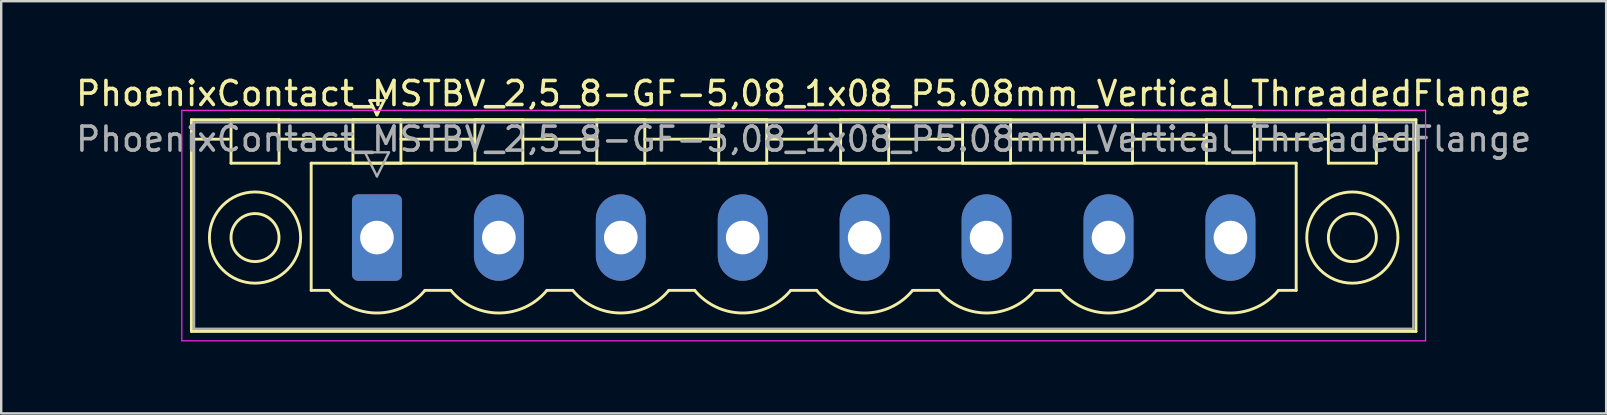
<source format=kicad_pcb>
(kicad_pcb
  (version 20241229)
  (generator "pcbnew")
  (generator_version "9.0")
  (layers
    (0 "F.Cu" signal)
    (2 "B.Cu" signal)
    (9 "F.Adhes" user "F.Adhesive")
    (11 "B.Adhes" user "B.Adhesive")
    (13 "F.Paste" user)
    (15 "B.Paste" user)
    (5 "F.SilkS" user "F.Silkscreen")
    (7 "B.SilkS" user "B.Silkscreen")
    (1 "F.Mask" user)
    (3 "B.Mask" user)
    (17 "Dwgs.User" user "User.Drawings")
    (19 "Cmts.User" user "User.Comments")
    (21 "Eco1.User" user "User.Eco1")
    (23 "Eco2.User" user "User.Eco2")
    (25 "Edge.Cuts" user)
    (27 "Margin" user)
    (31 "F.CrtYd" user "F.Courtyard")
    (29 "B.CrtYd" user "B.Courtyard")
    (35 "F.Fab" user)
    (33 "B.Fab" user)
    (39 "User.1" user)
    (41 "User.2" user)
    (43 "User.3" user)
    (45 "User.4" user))
  (footprint "PhoenixContact_MSTBV_2,5_8-GF-5,08_1x08_P5.08mm_Vertical_ThreadedFlange"
    (layer "F.Cu")
    (at 12.655 6.848)
    (property "Reference" "PhoenixContact_MSTBV_2,5_8-GF-5,08_1x08_P5.08mm_Vertical_ThreadedFlange" (at 17.78 -6 0) (layer "F.SilkS") (effects (font (size 1 1) (thickness 0.15))))
    (attr through_hole)
    (fp_line (start -7.73 -4.91) (end -7.73 3.91) (stroke (width 0.12) (type solid)) (layer "F.SilkS"))
    (fp_line (start -7.73 -4.1) (end -6.19 -4.1) (stroke (width 0.12) (type solid)) (layer "F.SilkS"))
    (fp_line (start -7.73 3.91) (end 43.29 3.91) (stroke (width 0.12) (type solid)) (layer "F.SilkS"))
    (fp_line (start -6.08 -4.91) (end -4.08 -4.91) (stroke (width 0.12) (type solid)) (layer "F.SilkS"))
    (fp_line (start -6.08 -3.1) (end -6.08 -4.91) (stroke (width 0.12) (type solid)) (layer "F.SilkS"))
    (fp_line (start -4.08 -4.91) (end -4.08 -3.1) (stroke (width 0.12) (type solid)) (layer "F.SilkS"))
    (fp_line (start -4.08 -4.1) (end -1 -4.1) (stroke (width 0.12) (type solid)) (layer "F.SilkS"))
    (fp_line (start -4.08 -3.1) (end -6.08 -3.1) (stroke (width 0.12) (type solid)) (layer "F.SilkS"))
    (fp_line (start -2.74 -3.1) (end 38.3 -3.1) (stroke (width 0.12) (type solid)) (layer "F.SilkS"))
    (fp_line (start -2.74 2.2) (end -2.74 -3.1) (stroke (width 0.12) (type solid)) (layer "F.SilkS"))
    (fp_line (start -2 2.2) (end -2.74 2.2) (stroke (width 0.12) (type solid)) (layer "F.SilkS"))
    (fp_line (start -1 -4.91) (end 1 -4.91) (stroke (width 0.12) (type solid)) (layer "F.SilkS"))
    (fp_line (start -1 -3.1) (end -1 -4.91) (stroke (width 0.12) (type solid)) (layer "F.SilkS"))
    (fp_line (start -0.3 -5.71) (end 0.3 -5.71) (stroke (width 0.12) (type solid)) (layer "F.SilkS"))
    (fp_line (start 0 -5.11) (end -0.3 -5.71) (stroke (width 0.12) (type solid)) (layer "F.SilkS"))
    (fp_line (start 0.3 -5.71) (end 0 -5.11) (stroke (width 0.12) (type solid)) (layer "F.SilkS"))
    (fp_line (start 1 -4.91) (end 1 -3.1) (stroke (width 0.12) (type solid)) (layer "F.SilkS"))
    (fp_line (start 1 -4.1) (end 4.08 -4.1) (stroke (width 0.12) (type solid)) (layer "F.SilkS"))
    (fp_line (start 1 -3.1) (end -1 -3.1) (stroke (width 0.12) (type solid)) (layer "F.SilkS"))
    (fp_line (start 2 2.2) (end 3.08 2.2) (stroke (width 0.12) (type solid)) (layer "F.SilkS"))
    (fp_line (start 4.08 -4.91) (end 6.08 -4.91) (stroke (width 0.12) (type solid)) (layer "F.SilkS"))
    (fp_line (start 4.08 -3.1) (end 4.08 -4.91) (stroke (width 0.12) (type solid)) (layer "F.SilkS"))
    (fp_line (start 6.08 -4.91) (end 6.08 -3.1) (stroke (width 0.12) (type solid)) (layer "F.SilkS"))
    (fp_line (start 6.08 -4.1) (end 9.16 -4.1) (stroke (width 0.12) (type solid)) (layer "F.SilkS"))
    (fp_line (start 6.08 -3.1) (end 4.08 -3.1) (stroke (width 0.12) (type solid)) (layer "F.SilkS"))
    (fp_line (start 7.08 2.2) (end 8.16 2.2) (stroke (width 0.12) (type solid)) (layer "F.SilkS"))
    (fp_line (start 9.16 -4.91) (end 11.16 -4.91) (stroke (width 0.12) (type solid)) (layer "F.SilkS"))
    (fp_line (start 9.16 -3.1) (end 9.16 -4.91) (stroke (width 0.12) (type solid)) (layer "F.SilkS"))
    (fp_line (start 11.16 -4.91) (end 11.16 -3.1) (stroke (width 0.12) (type solid)) (layer "F.SilkS"))
    (fp_line (start 11.16 -4.1) (end 14.24 -4.1) (stroke (width 0.12) (type solid)) (layer "F.SilkS"))
    (fp_line (start 11.16 -3.1) (end 9.16 -3.1) (stroke (width 0.12) (type solid)) (layer "F.SilkS"))
    (fp_line (start 12.16 2.2) (end 13.24 2.2) (stroke (width 0.12) (type solid)) (layer "F.SilkS"))
    (fp_line (start 14.24 -4.91) (end 16.24 -4.91) (stroke (width 0.12) (type solid)) (layer "F.SilkS"))
    (fp_line (start 14.24 -3.1) (end 14.24 -4.91) (stroke (width 0.12) (type solid)) (layer "F.SilkS"))
    (fp_line (start 16.24 -4.91) (end 16.24 -3.1) (stroke (width 0.12) (type solid)) (layer "F.SilkS"))
    (fp_line (start 16.24 -4.1) (end 19.32 -4.1) (stroke (width 0.12) (type solid)) (layer "F.SilkS"))
    (fp_line (start 16.24 -3.1) (end 14.24 -3.1) (stroke (width 0.12) (type solid)) (layer "F.SilkS"))
    (fp_line (start 17.24 2.2) (end 18.32 2.2) (stroke (width 0.12) (type solid)) (layer "F.SilkS"))
    (fp_line (start 19.32 -4.91) (end 21.32 -4.91) (stroke (width 0.12) (type solid)) (layer "F.SilkS"))
    (fp_line (start 19.32 -3.1) (end 19.32 -4.91) (stroke (width 0.12) (type solid)) (layer "F.SilkS"))
    (fp_line (start 21.32 -4.91) (end 21.32 -3.1) (stroke (width 0.12) (type solid)) (layer "F.SilkS"))
    (fp_line (start 21.32 -4.1) (end 24.4 -4.1) (stroke (width 0.12) (type solid)) (layer "F.SilkS"))
    (fp_line (start 21.32 -3.1) (end 19.32 -3.1) (stroke (width 0.12) (type solid)) (layer "F.SilkS"))
    (fp_line (start 22.32 2.2) (end 23.4 2.2) (stroke (width 0.12) (type solid)) (layer "F.SilkS"))
    (fp_line (start 24.4 -4.91) (end 26.4 -4.91) (stroke (width 0.12) (type solid)) (layer "F.SilkS"))
    (fp_line (start 24.4 -3.1) (end 24.4 -4.91) (stroke (width 0.12) (type solid)) (layer "F.SilkS"))
    (fp_line (start 26.4 -4.91) (end 26.4 -3.1) (stroke (width 0.12) (type solid)) (layer "F.SilkS"))
    (fp_line (start 26.4 -4.1) (end 29.48 -4.1) (stroke (width 0.12) (type solid)) (layer "F.SilkS"))
    (fp_line (start 26.4 -3.1) (end 24.4 -3.1) (stroke (width 0.12) (type solid)) (layer "F.SilkS"))
    (fp_line (start 27.4 2.2) (end 28.48 2.2) (stroke (width 0.12) (type solid)) (layer "F.SilkS"))
    (fp_line (start 29.48 -4.91) (end 31.48 -4.91) (stroke (width 0.12) (type solid)) (layer "F.SilkS"))
    (fp_line (start 29.48 -3.1) (end 29.48 -4.91) (stroke (width 0.12) (type solid)) (layer "F.SilkS"))
    (fp_line (start 31.48 -4.91) (end 31.48 -3.1) (stroke (width 0.12) (type solid)) (layer "F.SilkS"))
    (fp_line (start 31.48 -4.1) (end 34.56 -4.1) (stroke (width 0.12) (type solid)) (layer "F.SilkS"))
    (fp_line (start 31.48 -3.1) (end 29.48 -3.1) (stroke (width 0.12) (type solid)) (layer "F.SilkS"))
    (fp_line (start 32.48 2.2) (end 33.56 2.2) (stroke (width 0.12) (type solid)) (layer "F.SilkS"))
    (fp_line (start 34.56 -4.91) (end 36.56 -4.91) (stroke (width 0.12) (type solid)) (layer "F.SilkS"))
    (fp_line (start 34.56 -3.1) (end 34.56 -4.91) (stroke (width 0.12) (type solid)) (layer "F.SilkS"))
    (fp_line (start 36.56 -4.91) (end 36.56 -3.1) (stroke (width 0.12) (type solid)) (layer "F.SilkS"))
    (fp_line (start 36.56 -4.1) (end 39.64 -4.1) (stroke (width 0.12) (type solid)) (layer "F.SilkS"))
    (fp_line (start 36.56 -3.1) (end 34.56 -3.1) (stroke (width 0.12) (type solid)) (layer "F.SilkS"))
    (fp_line (start 38.3 -3.1) (end 38.3 2.2) (stroke (width 0.12) (type solid)) (layer "F.SilkS"))
    (fp_line (start 38.3 2.2) (end 37.56 2.2) (stroke (width 0.12) (type solid)) (layer "F.SilkS"))
    (fp_line (start 39.64 -4.91) (end 41.64 -4.91) (stroke (width 0.12) (type solid)) (layer "F.SilkS"))
    (fp_line (start 39.64 -3.1) (end 39.64 -4.91) (stroke (width 0.12) (type solid)) (layer "F.SilkS"))
    (fp_line (start 41.64 -4.91) (end 41.64 -3.1) (stroke (width 0.12) (type solid)) (layer "F.SilkS"))
    (fp_line (start 41.64 -3.1) (end 39.64 -3.1) (stroke (width 0.12) (type solid)) (layer "F.SilkS"))
    (fp_line (start 43.29 -4.91) (end -7.73 -4.91) (stroke (width 0.12) (type solid)) (layer "F.SilkS"))
    (fp_line (start 43.29 -4.1) (end 41.75 -4.1) (stroke (width 0.12) (type solid)) (layer "F.SilkS"))
    (fp_line (start 43.29 3.91) (end 43.29 -4.91) (stroke (width 0.12) (type solid)) (layer "F.SilkS"))
    (fp_arc (start 1.986842 2.215821) (mid -0.010289 3.142758) (end -2 2.2) (stroke (width 0.12) (type solid)) (layer "F.SilkS"))
    (fp_arc (start 7.066842 2.215821) (mid 5.069711 3.142758) (end 3.08 2.2) (stroke (width 0.12) (type solid)) (layer "F.SilkS"))
    (fp_arc (start 12.146842 2.215821) (mid 10.149711 3.142758) (end 8.16 2.2) (stroke (width 0.12) (type solid)) (layer "F.SilkS"))
    (fp_arc (start 17.226842 2.215821) (mid 15.229711 3.142758) (end 13.24 2.2) (stroke (width 0.12) (type solid)) (layer "F.SilkS"))
    (fp_arc (start 22.306842 2.215821) (mid 20.309711 3.142758) (end 18.32 2.2) (stroke (width 0.12) (type solid)) (layer "F.SilkS"))
    (fp_arc (start 27.386842 2.215821) (mid 25.389711 3.142758) (end 23.4 2.2) (stroke (width 0.12) (type solid)) (layer "F.SilkS"))
    (fp_arc (start 32.466842 2.215821) (mid 30.469711 3.142758) (end 28.48 2.2) (stroke (width 0.12) (type solid)) (layer "F.SilkS"))
    (fp_arc (start 37.546842 2.215821) (mid 35.549711 3.142758) (end 33.56 2.2) (stroke (width 0.12) (type solid)) (layer "F.SilkS"))
    (fp_circle (center -5.08 0) (end -4.08 0) (stroke (width 0.12) (type solid)) (fill no) (layer "F.SilkS"))
    (fp_circle (center -5.08 0) (end -3.18 0) (stroke (width 0.12) (type solid)) (fill no) (layer "F.SilkS"))
    (fp_circle (center 40.64 0) (end 41.64 0) (stroke (width 0.12) (type solid)) (fill no) (layer "F.SilkS"))
    (fp_circle (center 40.64 0) (end 42.54 0) (stroke (width 0.12) (type solid)) (fill no) (layer "F.SilkS"))
    (fp_line (start -8.13 -5.3) (end -8.13 4.3) (stroke (width 0.05) (type solid)) (layer "F.CrtYd"))
    (fp_line (start -8.13 4.3) (end 43.69 4.3) (stroke (width 0.05) (type solid)) (layer "F.CrtYd"))
    (fp_line (start 43.69 -5.3) (end -8.13 -5.3) (stroke (width 0.05) (type solid)) (layer "F.CrtYd"))
    (fp_line (start 43.69 4.3) (end 43.69 -5.3) (stroke (width 0.05) (type solid)) (layer "F.CrtYd"))
    (fp_line (start -7.62 -4.8) (end -7.62 3.8) (stroke (width 0.1) (type solid)) (layer "F.Fab"))
    (fp_line (start -7.62 3.8) (end 43.18 3.8) (stroke (width 0.1) (type solid)) (layer "F.Fab"))
    (fp_line (start -0.5 -3.55) (end 0.5 -3.55) (stroke (width 0.1) (type solid)) (layer "F.Fab"))
    (fp_line (start 0 -2.55) (end -0.5 -3.55) (stroke (width 0.1) (type solid)) (layer "F.Fab"))
    (fp_line (start 0.5 -3.55) (end 0 -2.55) (stroke (width 0.1) (type solid)) (layer "F.Fab"))
    (fp_line (start 43.18 -4.8) (end -7.62 -4.8) (stroke (width 0.1) (type solid)) (layer "F.Fab"))
    (fp_line (start 43.18 3.8) (end 43.18 -4.8) (stroke (width 0.1) (type solid)) (layer "F.Fab"))
    (fp_text user "${REFERENCE}" (at 17.78 -4.1 0) (layer "F.Fab") (effects (font (size 1 1) (thickness 0.15))))
    (pad "1" thru_hole roundrect (at 0 0) (size 2.08 3.6) (drill 1.4) (layers "*.Cu" "*.Mask") (roundrect_rratio 0.12))
    (pad "2" thru_hole oval (at 5.08 0) (size 2.08 3.6) (drill 1.4) (layers "*.Cu" "*.Mask"))
    (pad "3" thru_hole oval (at 10.16 0) (size 2.08 3.6) (drill 1.4) (layers "*.Cu" "*.Mask"))
    (pad "4" thru_hole oval (at 15.24 0) (size 2.08 3.6) (drill 1.4) (layers "*.Cu" "*.Mask"))
    (pad "5" thru_hole oval (at 20.32 0) (size 2.08 3.6) (drill 1.4) (layers "*.Cu" "*.Mask"))
    (pad "6" thru_hole oval (at 25.4 0) (size 2.08 3.6) (drill 1.4) (layers "*.Cu" "*.Mask"))
    (pad "7" thru_hole oval (at 30.48 0) (size 2.08 3.6) (drill 1.4) (layers "*.Cu" "*.Mask"))
    (pad "8" thru_hole oval (at 35.56 0) (size 2.08 3.6) (drill 1.4) (layers "*.Cu" "*.Mask")))
  (gr_rect
    (start -3 -3)
    (end 63.869 14.173)
    (stroke (width 0.1) (type default))
    (fill no)
    (layer "Edge.Cuts")))
</source>
